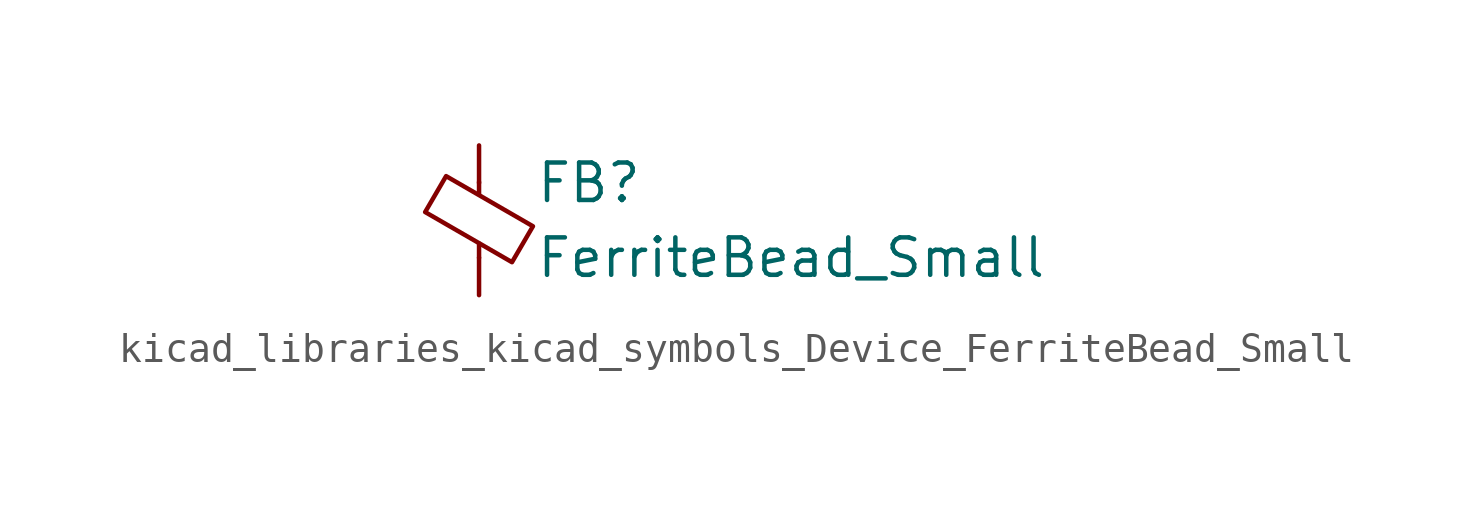
<source format=kicad_sym>
(kicad_symbol_lib
  (version 20220914)
  (generator kicad_symbol_editor)
  (symbol "kicad_libraries_kicad_symbols_Device_FerriteBead_Small"
    (pin_numbers hide)
    (pin_names
      (offset 0))
    (property "Reference" "FB"
      (at 1.905 1.27 0)
      (effects (font (size 1.27 1.27)) (justify left)))
    (property "Value" "FerriteBead_Small"
      (at 1.905 -1.27 0)
      (effects (font (size 1.27 1.27)) (justify left)))
    (symbol "kicad_libraries_kicad_symbols_Device_FerriteBead_Small_0_1"
      (polyline (pts (xy 0 -1.27) (xy 0 -0.787)) (stroke (width 0) (type default)) (fill (type none)))
      (polyline (pts (xy 0 0.889) (xy 0 1.295)) (stroke (width 0) (type default)) (fill (type none)))
      (polyline (pts (xy -1.829 0.279) (xy -1.118 1.499) (xy 1.829 -0.203) (xy 1.118 -1.422) (xy -1.829 0.279)) (stroke (width 0) (type default)) (fill (type none))))
    (symbol "kicad_libraries_kicad_symbols_Device_FerriteBead_Small_1_1"
      (pin passive line (at 0 2.54 270) (length 1.27) (name "~" (effects (font (size 1.27 1.27)))) (number "1" (effects (font (size 1.27 1.27)))))
      (pin passive line (at 0 -2.54 90) (length 1.27) (name "~" (effects (font (size 1.27 1.27)))) (number "2" (effects (font (size 1.27 1.27))))))))
</source>
